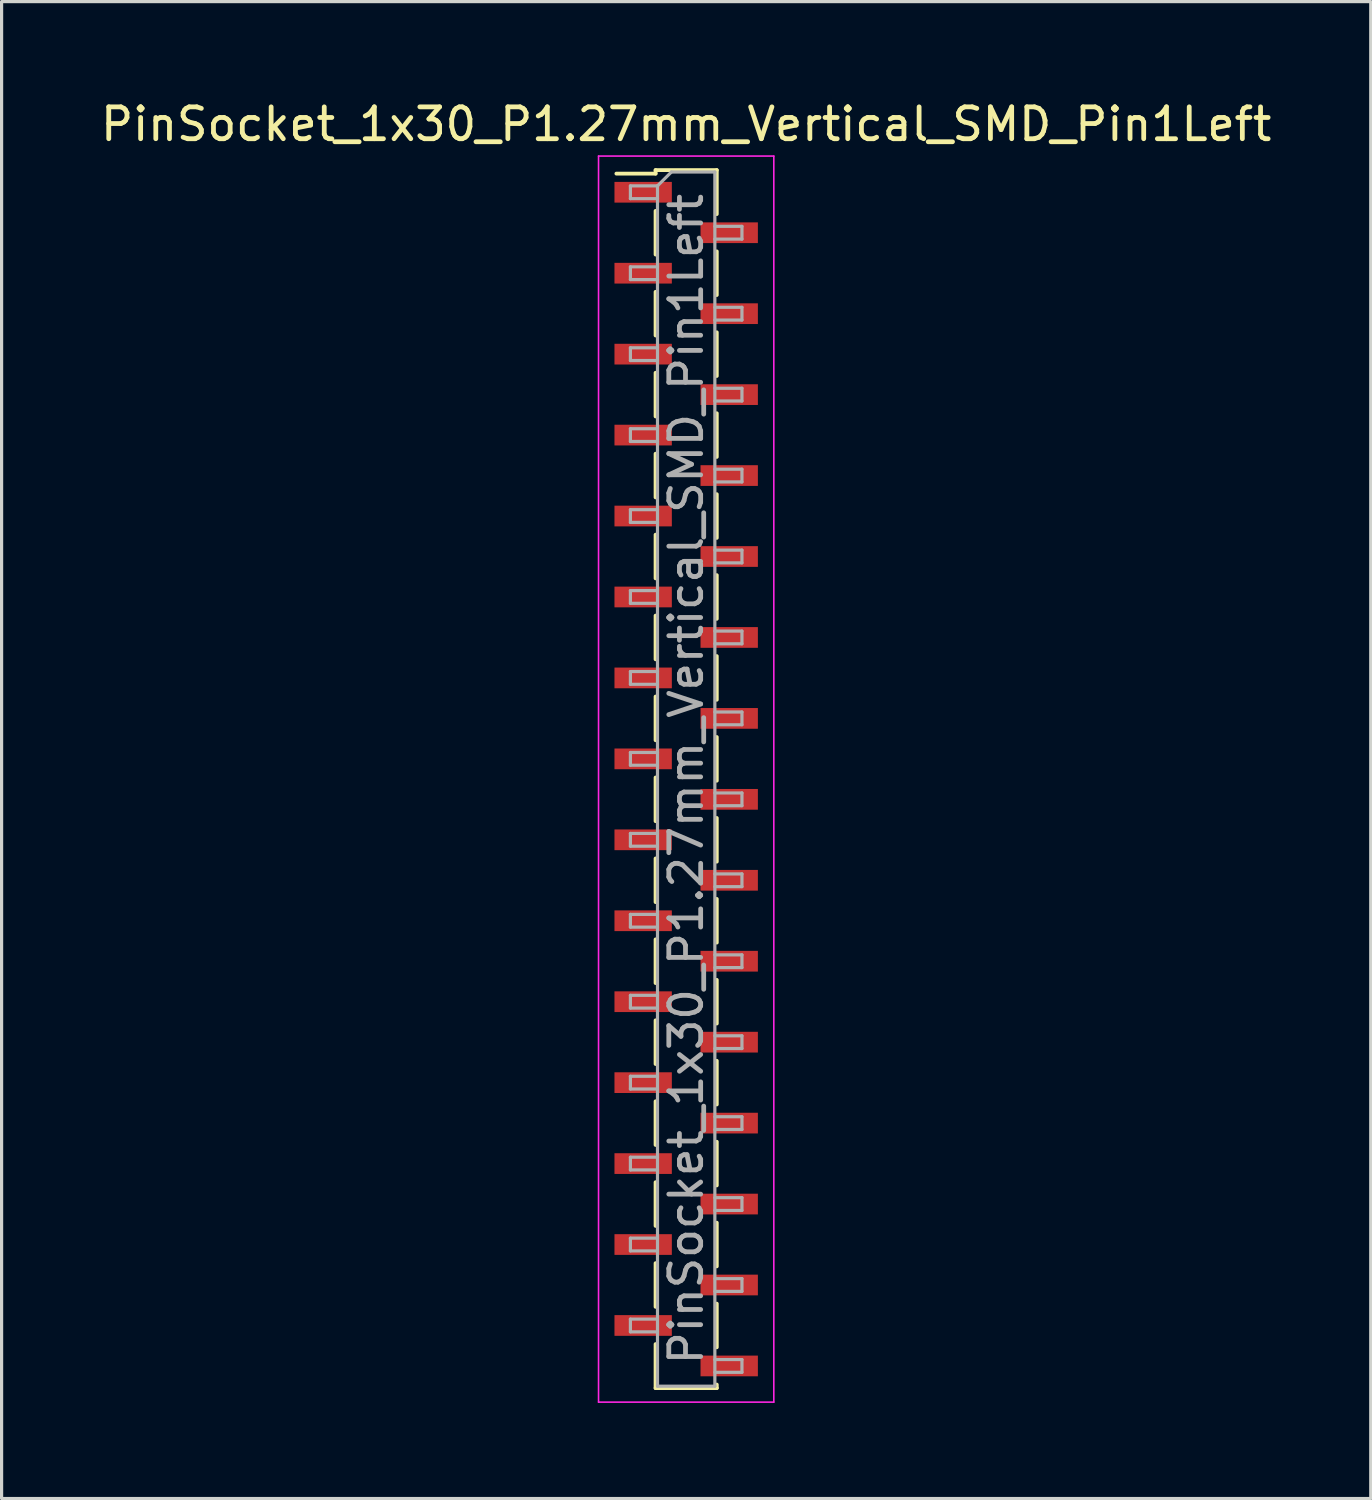
<source format=kicad_pcb>
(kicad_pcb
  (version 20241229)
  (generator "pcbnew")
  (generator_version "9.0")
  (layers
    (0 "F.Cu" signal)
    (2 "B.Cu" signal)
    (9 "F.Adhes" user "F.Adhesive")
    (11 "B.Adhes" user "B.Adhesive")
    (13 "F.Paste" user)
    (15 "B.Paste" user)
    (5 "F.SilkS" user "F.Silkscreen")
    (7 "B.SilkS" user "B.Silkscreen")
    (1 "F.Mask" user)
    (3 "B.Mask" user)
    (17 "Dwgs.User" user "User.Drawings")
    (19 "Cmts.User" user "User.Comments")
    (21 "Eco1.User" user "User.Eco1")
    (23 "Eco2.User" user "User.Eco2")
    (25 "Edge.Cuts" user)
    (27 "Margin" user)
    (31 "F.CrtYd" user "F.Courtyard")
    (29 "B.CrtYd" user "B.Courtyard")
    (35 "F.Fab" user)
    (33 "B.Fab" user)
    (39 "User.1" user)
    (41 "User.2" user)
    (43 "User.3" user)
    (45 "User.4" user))
  (footprint "PinSocket_1x30_P1.27mm_Vertical_SMD_Pin1Left"
    (layer "F.Cu")
    (at 18.482 21.398)
    (property "Reference" "PinSocket_1x30_P1.27mm_Vertical_SMD_Pin1Left" (at 0 -20.55 0) (layer "F.SilkS") (effects (font (size 1 1) (thickness 0.15))))
    (attr smd)
    (fp_line (start -2.19 -19) (end -0.96 -19) (stroke (width 0.12) (type solid)) (layer "F.SilkS"))
    (fp_line (start -0.96 -19.11) (end -0.96 -19) (stroke (width 0.12) (type solid)) (layer "F.SilkS"))
    (fp_line (start -0.96 -19.11) (end 0.96 -19.11) (stroke (width 0.12) (type solid)) (layer "F.SilkS"))
    (fp_line (start -0.96 -17.83) (end -0.96 -16.46) (stroke (width 0.12) (type solid)) (layer "F.SilkS"))
    (fp_line (start -0.96 -15.29) (end -0.96 -13.92) (stroke (width 0.12) (type solid)) (layer "F.SilkS"))
    (fp_line (start -0.96 -12.75) (end -0.96 -11.38) (stroke (width 0.12) (type solid)) (layer "F.SilkS"))
    (fp_line (start -0.96 -10.21) (end -0.96 -8.84) (stroke (width 0.12) (type solid)) (layer "F.SilkS"))
    (fp_line (start -0.96 -7.67) (end -0.96 -6.3) (stroke (width 0.12) (type solid)) (layer "F.SilkS"))
    (fp_line (start -0.96 -5.13) (end -0.96 -3.76) (stroke (width 0.12) (type solid)) (layer "F.SilkS"))
    (fp_line (start -0.96 -2.59) (end -0.96 -1.22) (stroke (width 0.12) (type solid)) (layer "F.SilkS"))
    (fp_line (start -0.96 -0.05) (end -0.96 1.32) (stroke (width 0.12) (type solid)) (layer "F.SilkS"))
    (fp_line (start -0.96 2.49) (end -0.96 3.86) (stroke (width 0.12) (type solid)) (layer "F.SilkS"))
    (fp_line (start -0.96 5.03) (end -0.96 6.4) (stroke (width 0.12) (type solid)) (layer "F.SilkS"))
    (fp_line (start -0.96 7.57) (end -0.96 8.94) (stroke (width 0.12) (type solid)) (layer "F.SilkS"))
    (fp_line (start -0.96 10.11) (end -0.96 11.48) (stroke (width 0.12) (type solid)) (layer "F.SilkS"))
    (fp_line (start -0.96 12.65) (end -0.96 14.02) (stroke (width 0.12) (type solid)) (layer "F.SilkS"))
    (fp_line (start -0.96 15.19) (end -0.96 16.56) (stroke (width 0.12) (type solid)) (layer "F.SilkS"))
    (fp_line (start -0.96 17.73) (end -0.96 19.11) (stroke (width 0.12) (type solid)) (layer "F.SilkS"))
    (fp_line (start -0.96 19.11) (end 0.96 19.11) (stroke (width 0.12) (type solid)) (layer "F.SilkS"))
    (fp_line (start 0.96 -19.11) (end 0.96 -17.73) (stroke (width 0.12) (type solid)) (layer "F.SilkS"))
    (fp_line (start 0.96 -16.56) (end 0.96 -15.19) (stroke (width 0.12) (type solid)) (layer "F.SilkS"))
    (fp_line (start 0.96 -14.02) (end 0.96 -12.65) (stroke (width 0.12) (type solid)) (layer "F.SilkS"))
    (fp_line (start 0.96 -11.48) (end 0.96 -10.11) (stroke (width 0.12) (type solid)) (layer "F.SilkS"))
    (fp_line (start 0.96 -8.94) (end 0.96 -7.57) (stroke (width 0.12) (type solid)) (layer "F.SilkS"))
    (fp_line (start 0.96 -6.4) (end 0.96 -5.03) (stroke (width 0.12) (type solid)) (layer "F.SilkS"))
    (fp_line (start 0.96 -3.86) (end 0.96 -2.49) (stroke (width 0.12) (type solid)) (layer "F.SilkS"))
    (fp_line (start 0.96 -1.32) (end 0.96 0.05) (stroke (width 0.12) (type solid)) (layer "F.SilkS"))
    (fp_line (start 0.96 1.22) (end 0.96 2.59) (stroke (width 0.12) (type solid)) (layer "F.SilkS"))
    (fp_line (start 0.96 3.76) (end 0.96 5.13) (stroke (width 0.12) (type solid)) (layer "F.SilkS"))
    (fp_line (start 0.96 6.3) (end 0.96 7.67) (stroke (width 0.12) (type solid)) (layer "F.SilkS"))
    (fp_line (start 0.96 8.84) (end 0.96 10.21) (stroke (width 0.12) (type solid)) (layer "F.SilkS"))
    (fp_line (start 0.96 11.38) (end 0.96 12.75) (stroke (width 0.12) (type solid)) (layer "F.SilkS"))
    (fp_line (start 0.96 13.92) (end 0.96 15.29) (stroke (width 0.12) (type solid)) (layer "F.SilkS"))
    (fp_line (start 0.96 16.46) (end 0.96 17.83) (stroke (width 0.12) (type solid)) (layer "F.SilkS"))
    (fp_line (start 0.96 19) (end 0.96 19.11) (stroke (width 0.12) (type solid)) (layer "F.SilkS"))
    (fp_line (start -2.75 -19.55) (end 2.75 -19.55) (stroke (width 0.05) (type solid)) (layer "F.CrtYd"))
    (fp_line (start -2.75 19.55) (end -2.75 -19.55) (stroke (width 0.05) (type solid)) (layer "F.CrtYd"))
    (fp_line (start 2.75 -19.55) (end 2.75 19.55) (stroke (width 0.05) (type solid)) (layer "F.CrtYd"))
    (fp_line (start 2.75 19.55) (end -2.75 19.55) (stroke (width 0.05) (type solid)) (layer "F.CrtYd"))
    (fp_line (start -1.75 -18.615) (end -0.9 -18.615) (stroke (width 0.1) (type solid)) (layer "F.Fab"))
    (fp_line (start -1.75 -18.215) (end -1.75 -18.615) (stroke (width 0.1) (type solid)) (layer "F.Fab"))
    (fp_line (start -1.75 -16.075) (end -0.9 -16.075) (stroke (width 0.1) (type solid)) (layer "F.Fab"))
    (fp_line (start -1.75 -15.675) (end -1.75 -16.075) (stroke (width 0.1) (type solid)) (layer "F.Fab"))
    (fp_line (start -1.75 -13.535) (end -0.9 -13.535) (stroke (width 0.1) (type solid)) (layer "F.Fab"))
    (fp_line (start -1.75 -13.135) (end -1.75 -13.535) (stroke (width 0.1) (type solid)) (layer "F.Fab"))
    (fp_line (start -1.75 -10.995) (end -0.9 -10.995) (stroke (width 0.1) (type solid)) (layer "F.Fab"))
    (fp_line (start -1.75 -10.595) (end -1.75 -10.995) (stroke (width 0.1) (type solid)) (layer "F.Fab"))
    (fp_line (start -1.75 -8.455) (end -0.9 -8.455) (stroke (width 0.1) (type solid)) (layer "F.Fab"))
    (fp_line (start -1.75 -8.055) (end -1.75 -8.455) (stroke (width 0.1) (type solid)) (layer "F.Fab"))
    (fp_line (start -1.75 -5.915) (end -0.9 -5.915) (stroke (width 0.1) (type solid)) (layer "F.Fab"))
    (fp_line (start -1.75 -5.515) (end -1.75 -5.915) (stroke (width 0.1) (type solid)) (layer "F.Fab"))
    (fp_line (start -1.75 -3.375) (end -0.9 -3.375) (stroke (width 0.1) (type solid)) (layer "F.Fab"))
    (fp_line (start -1.75 -2.975) (end -1.75 -3.375) (stroke (width 0.1) (type solid)) (layer "F.Fab"))
    (fp_line (start -1.75 -0.835) (end -0.9 -0.835) (stroke (width 0.1) (type solid)) (layer "F.Fab"))
    (fp_line (start -1.75 -0.435) (end -1.75 -0.835) (stroke (width 0.1) (type solid)) (layer "F.Fab"))
    (fp_line (start -1.75 1.705) (end -0.9 1.705) (stroke (width 0.1) (type solid)) (layer "F.Fab"))
    (fp_line (start -1.75 2.105) (end -1.75 1.705) (stroke (width 0.1) (type solid)) (layer "F.Fab"))
    (fp_line (start -1.75 4.245) (end -0.9 4.245) (stroke (width 0.1) (type solid)) (layer "F.Fab"))
    (fp_line (start -1.75 4.645) (end -1.75 4.245) (stroke (width 0.1) (type solid)) (layer "F.Fab"))
    (fp_line (start -1.75 6.785) (end -0.9 6.785) (stroke (width 0.1) (type solid)) (layer "F.Fab"))
    (fp_line (start -1.75 7.185) (end -1.75 6.785) (stroke (width 0.1) (type solid)) (layer "F.Fab"))
    (fp_line (start -1.75 9.325) (end -0.9 9.325) (stroke (width 0.1) (type solid)) (layer "F.Fab"))
    (fp_line (start -1.75 9.725) (end -1.75 9.325) (stroke (width 0.1) (type solid)) (layer "F.Fab"))
    (fp_line (start -1.75 11.865) (end -0.9 11.865) (stroke (width 0.1) (type solid)) (layer "F.Fab"))
    (fp_line (start -1.75 12.265) (end -1.75 11.865) (stroke (width 0.1) (type solid)) (layer "F.Fab"))
    (fp_line (start -1.75 14.405) (end -0.9 14.405) (stroke (width 0.1) (type solid)) (layer "F.Fab"))
    (fp_line (start -1.75 14.805) (end -1.75 14.405) (stroke (width 0.1) (type solid)) (layer "F.Fab"))
    (fp_line (start -1.75 16.945) (end -0.9 16.945) (stroke (width 0.1) (type solid)) (layer "F.Fab"))
    (fp_line (start -1.75 17.345) (end -1.75 16.945) (stroke (width 0.1) (type solid)) (layer "F.Fab"))
    (fp_line (start -0.9 -18.615) (end -0.465 -19.05) (stroke (width 0.1) (type solid)) (layer "F.Fab"))
    (fp_line (start -0.9 -18.215) (end -1.75 -18.215) (stroke (width 0.1) (type solid)) (layer "F.Fab"))
    (fp_line (start -0.9 -15.675) (end -1.75 -15.675) (stroke (width 0.1) (type solid)) (layer "F.Fab"))
    (fp_line (start -0.9 -13.135) (end -1.75 -13.135) (stroke (width 0.1) (type solid)) (layer "F.Fab"))
    (fp_line (start -0.9 -10.595) (end -1.75 -10.595) (stroke (width 0.1) (type solid)) (layer "F.Fab"))
    (fp_line (start -0.9 -8.055) (end -1.75 -8.055) (stroke (width 0.1) (type solid)) (layer "F.Fab"))
    (fp_line (start -0.9 -5.515) (end -1.75 -5.515) (stroke (width 0.1) (type solid)) (layer "F.Fab"))
    (fp_line (start -0.9 -2.975) (end -1.75 -2.975) (stroke (width 0.1) (type solid)) (layer "F.Fab"))
    (fp_line (start -0.9 -0.435) (end -1.75 -0.435) (stroke (width 0.1) (type solid)) (layer "F.Fab"))
    (fp_line (start -0.9 2.105) (end -1.75 2.105) (stroke (width 0.1) (type solid)) (layer "F.Fab"))
    (fp_line (start -0.9 4.645) (end -1.75 4.645) (stroke (width 0.1) (type solid)) (layer "F.Fab"))
    (fp_line (start -0.9 7.185) (end -1.75 7.185) (stroke (width 0.1) (type solid)) (layer "F.Fab"))
    (fp_line (start -0.9 9.725) (end -1.75 9.725) (stroke (width 0.1) (type solid)) (layer "F.Fab"))
    (fp_line (start -0.9 12.265) (end -1.75 12.265) (stroke (width 0.1) (type solid)) (layer "F.Fab"))
    (fp_line (start -0.9 14.805) (end -1.75 14.805) (stroke (width 0.1) (type solid)) (layer "F.Fab"))
    (fp_line (start -0.9 17.345) (end -1.75 17.345) (stroke (width 0.1) (type solid)) (layer "F.Fab"))
    (fp_line (start -0.9 19.05) (end -0.9 -18.615) (stroke (width 0.1) (type solid)) (layer "F.Fab"))
    (fp_line (start -0.465 -19.05) (end 0.9 -19.05) (stroke (width 0.1) (type solid)) (layer "F.Fab"))
    (fp_line (start 0.9 -19.05) (end 0.9 19.05) (stroke (width 0.1) (type solid)) (layer "F.Fab"))
    (fp_line (start 0.9 -17.345) (end 1.75 -17.345) (stroke (width 0.1) (type solid)) (layer "F.Fab"))
    (fp_line (start 0.9 -14.805) (end 1.75 -14.805) (stroke (width 0.1) (type solid)) (layer "F.Fab"))
    (fp_line (start 0.9 -12.265) (end 1.75 -12.265) (stroke (width 0.1) (type solid)) (layer "F.Fab"))
    (fp_line (start 0.9 -9.725) (end 1.75 -9.725) (stroke (width 0.1) (type solid)) (layer "F.Fab"))
    (fp_line (start 0.9 -7.185) (end 1.75 -7.185) (stroke (width 0.1) (type solid)) (layer "F.Fab"))
    (fp_line (start 0.9 -4.645) (end 1.75 -4.645) (stroke (width 0.1) (type solid)) (layer "F.Fab"))
    (fp_line (start 0.9 -2.105) (end 1.75 -2.105) (stroke (width 0.1) (type solid)) (layer "F.Fab"))
    (fp_line (start 0.9 0.435) (end 1.75 0.435) (stroke (width 0.1) (type solid)) (layer "F.Fab"))
    (fp_line (start 0.9 2.975) (end 1.75 2.975) (stroke (width 0.1) (type solid)) (layer "F.Fab"))
    (fp_line (start 0.9 5.515) (end 1.75 5.515) (stroke (width 0.1) (type solid)) (layer "F.Fab"))
    (fp_line (start 0.9 8.055) (end 1.75 8.055) (stroke (width 0.1) (type solid)) (layer "F.Fab"))
    (fp_line (start 0.9 10.595) (end 1.75 10.595) (stroke (width 0.1) (type solid)) (layer "F.Fab"))
    (fp_line (start 0.9 13.135) (end 1.75 13.135) (stroke (width 0.1) (type solid)) (layer "F.Fab"))
    (fp_line (start 0.9 15.675) (end 1.75 15.675) (stroke (width 0.1) (type solid)) (layer "F.Fab"))
    (fp_line (start 0.9 18.215) (end 1.75 18.215) (stroke (width 0.1) (type solid)) (layer "F.Fab"))
    (fp_line (start 0.9 19.05) (end -0.9 19.05) (stroke (width 0.1) (type solid)) (layer "F.Fab"))
    (fp_line (start 1.75 -17.345) (end 1.75 -16.945) (stroke (width 0.1) (type solid)) (layer "F.Fab"))
    (fp_line (start 1.75 -16.945) (end 0.9 -16.945) (stroke (width 0.1) (type solid)) (layer "F.Fab"))
    (fp_line (start 1.75 -14.805) (end 1.75 -14.405) (stroke (width 0.1) (type solid)) (layer "F.Fab"))
    (fp_line (start 1.75 -14.405) (end 0.9 -14.405) (stroke (width 0.1) (type solid)) (layer "F.Fab"))
    (fp_line (start 1.75 -12.265) (end 1.75 -11.865) (stroke (width 0.1) (type solid)) (layer "F.Fab"))
    (fp_line (start 1.75 -11.865) (end 0.9 -11.865) (stroke (width 0.1) (type solid)) (layer "F.Fab"))
    (fp_line (start 1.75 -9.725) (end 1.75 -9.325) (stroke (width 0.1) (type solid)) (layer "F.Fab"))
    (fp_line (start 1.75 -9.325) (end 0.9 -9.325) (stroke (width 0.1) (type solid)) (layer "F.Fab"))
    (fp_line (start 1.75 -7.185) (end 1.75 -6.785) (stroke (width 0.1) (type solid)) (layer "F.Fab"))
    (fp_line (start 1.75 -6.785) (end 0.9 -6.785) (stroke (width 0.1) (type solid)) (layer "F.Fab"))
    (fp_line (start 1.75 -4.645) (end 1.75 -4.245) (stroke (width 0.1) (type solid)) (layer "F.Fab"))
    (fp_line (start 1.75 -4.245) (end 0.9 -4.245) (stroke (width 0.1) (type solid)) (layer "F.Fab"))
    (fp_line (start 1.75 -2.105) (end 1.75 -1.705) (stroke (width 0.1) (type solid)) (layer "F.Fab"))
    (fp_line (start 1.75 -1.705) (end 0.9 -1.705) (stroke (width 0.1) (type solid)) (layer "F.Fab"))
    (fp_line (start 1.75 0.435) (end 1.75 0.835) (stroke (width 0.1) (type solid)) (layer "F.Fab"))
    (fp_line (start 1.75 0.835) (end 0.9 0.835) (stroke (width 0.1) (type solid)) (layer "F.Fab"))
    (fp_line (start 1.75 2.975) (end 1.75 3.375) (stroke (width 0.1) (type solid)) (layer "F.Fab"))
    (fp_line (start 1.75 3.375) (end 0.9 3.375) (stroke (width 0.1) (type solid)) (layer "F.Fab"))
    (fp_line (start 1.75 5.515) (end 1.75 5.915) (stroke (width 0.1) (type solid)) (layer "F.Fab"))
    (fp_line (start 1.75 5.915) (end 0.9 5.915) (stroke (width 0.1) (type solid)) (layer "F.Fab"))
    (fp_line (start 1.75 8.055) (end 1.75 8.455) (stroke (width 0.1) (type solid)) (layer "F.Fab"))
    (fp_line (start 1.75 8.455) (end 0.9 8.455) (stroke (width 0.1) (type solid)) (layer "F.Fab"))
    (fp_line (start 1.75 10.595) (end 1.75 10.995) (stroke (width 0.1) (type solid)) (layer "F.Fab"))
    (fp_line (start 1.75 10.995) (end 0.9 10.995) (stroke (width 0.1) (type solid)) (layer "F.Fab"))
    (fp_line (start 1.75 13.135) (end 1.75 13.535) (stroke (width 0.1) (type solid)) (layer "F.Fab"))
    (fp_line (start 1.75 13.535) (end 0.9 13.535) (stroke (width 0.1) (type solid)) (layer "F.Fab"))
    (fp_line (start 1.75 15.675) (end 1.75 16.075) (stroke (width 0.1) (type solid)) (layer "F.Fab"))
    (fp_line (start 1.75 16.075) (end 0.9 16.075) (stroke (width 0.1) (type solid)) (layer "F.Fab"))
    (fp_line (start 1.75 18.215) (end 1.75 18.615) (stroke (width 0.1) (type solid)) (layer "F.Fab"))
    (fp_line (start 1.75 18.615) (end 0.9 18.615) (stroke (width 0.1) (type solid)) (layer "F.Fab"))
    (fp_text user "${REFERENCE}" (at 0 0 90) (layer "F.Fab") (effects (font (size 1 1) (thickness 0.15))))
    (pad "1" smd rect (at -1.35 -18.415) (size 1.8 0.65) (layers "F.Cu" "F.Mask" "F.Paste"))
    (pad "2" smd rect (at 1.35 -17.145) (size 1.8 0.65) (layers "F.Cu" "F.Mask" "F.Paste"))
    (pad "3" smd rect (at -1.35 -15.875) (size 1.8 0.65) (layers "F.Cu" "F.Mask" "F.Paste"))
    (pad "4" smd rect (at 1.35 -14.605) (size 1.8 0.65) (layers "F.Cu" "F.Mask" "F.Paste"))
    (pad "5" smd rect (at -1.35 -13.335) (size 1.8 0.65) (layers "F.Cu" "F.Mask" "F.Paste"))
    (pad "6" smd rect (at 1.35 -12.065) (size 1.8 0.65) (layers "F.Cu" "F.Mask" "F.Paste"))
    (pad "7" smd rect (at -1.35 -10.795) (size 1.8 0.65) (layers "F.Cu" "F.Mask" "F.Paste"))
    (pad "8" smd rect (at 1.35 -9.525) (size 1.8 0.65) (layers "F.Cu" "F.Mask" "F.Paste"))
    (pad "9" smd rect (at -1.35 -8.255) (size 1.8 0.65) (layers "F.Cu" "F.Mask" "F.Paste"))
    (pad "10" smd rect (at 1.35 -6.985) (size 1.8 0.65) (layers "F.Cu" "F.Mask" "F.Paste"))
    (pad "11" smd rect (at -1.35 -5.715) (size 1.8 0.65) (layers "F.Cu" "F.Mask" "F.Paste"))
    (pad "12" smd rect (at 1.35 -4.445) (size 1.8 0.65) (layers "F.Cu" "F.Mask" "F.Paste"))
    (pad "13" smd rect (at -1.35 -3.175) (size 1.8 0.65) (layers "F.Cu" "F.Mask" "F.Paste"))
    (pad "14" smd rect (at 1.35 -1.905) (size 1.8 0.65) (layers "F.Cu" "F.Mask" "F.Paste"))
    (pad "15" smd rect (at -1.35 -0.635) (size 1.8 0.65) (layers "F.Cu" "F.Mask" "F.Paste"))
    (pad "16" smd rect (at 1.35 0.635) (size 1.8 0.65) (layers "F.Cu" "F.Mask" "F.Paste"))
    (pad "17" smd rect (at -1.35 1.905) (size 1.8 0.65) (layers "F.Cu" "F.Mask" "F.Paste"))
    (pad "18" smd rect (at 1.35 3.175) (size 1.8 0.65) (layers "F.Cu" "F.Mask" "F.Paste"))
    (pad "19" smd rect (at -1.35 4.445) (size 1.8 0.65) (layers "F.Cu" "F.Mask" "F.Paste"))
    (pad "20" smd rect (at 1.35 5.715) (size 1.8 0.65) (layers "F.Cu" "F.Mask" "F.Paste"))
    (pad "21" smd rect (at -1.35 6.985) (size 1.8 0.65) (layers "F.Cu" "F.Mask" "F.Paste"))
    (pad "22" smd rect (at 1.35 8.255) (size 1.8 0.65) (layers "F.Cu" "F.Mask" "F.Paste"))
    (pad "23" smd rect (at -1.35 9.525) (size 1.8 0.65) (layers "F.Cu" "F.Mask" "F.Paste"))
    (pad "24" smd rect (at 1.35 10.795) (size 1.8 0.65) (layers "F.Cu" "F.Mask" "F.Paste"))
    (pad "25" smd rect (at -1.35 12.065) (size 1.8 0.65) (layers "F.Cu" "F.Mask" "F.Paste"))
    (pad "26" smd rect (at 1.35 13.335) (size 1.8 0.65) (layers "F.Cu" "F.Mask" "F.Paste"))
    (pad "27" smd rect (at -1.35 14.605) (size 1.8 0.65) (layers "F.Cu" "F.Mask" "F.Paste"))
    (pad "28" smd rect (at 1.35 15.875) (size 1.8 0.65) (layers "F.Cu" "F.Mask" "F.Paste"))
    (pad "29" smd rect (at -1.35 17.145) (size 1.8 0.65) (layers "F.Cu" "F.Mask" "F.Paste"))
    (pad "30" smd rect (at 1.35 18.415) (size 1.8 0.65) (layers "F.Cu" "F.Mask" "F.Paste")))
  (gr_rect
    (start -3 -3)
    (end 39.964 43.973)
    (stroke (width 0.1) (type default))
    (fill no)
    (layer "Edge.Cuts")))
</source>
